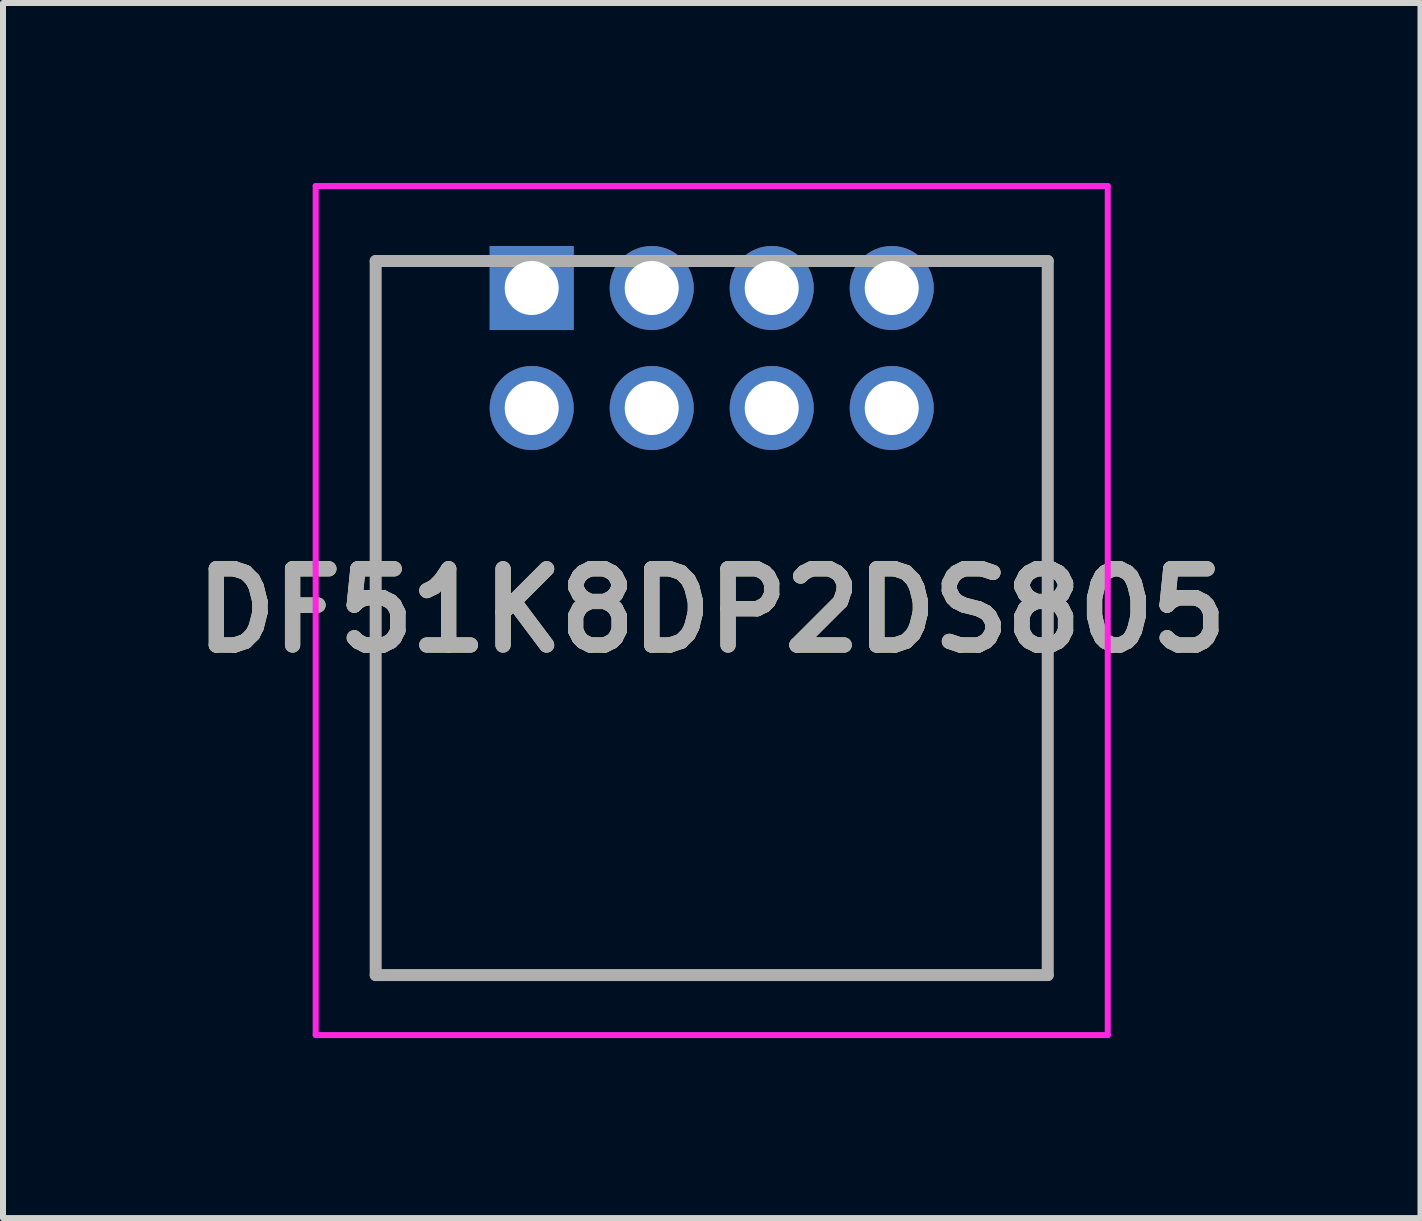
<source format=kicad_pcb>
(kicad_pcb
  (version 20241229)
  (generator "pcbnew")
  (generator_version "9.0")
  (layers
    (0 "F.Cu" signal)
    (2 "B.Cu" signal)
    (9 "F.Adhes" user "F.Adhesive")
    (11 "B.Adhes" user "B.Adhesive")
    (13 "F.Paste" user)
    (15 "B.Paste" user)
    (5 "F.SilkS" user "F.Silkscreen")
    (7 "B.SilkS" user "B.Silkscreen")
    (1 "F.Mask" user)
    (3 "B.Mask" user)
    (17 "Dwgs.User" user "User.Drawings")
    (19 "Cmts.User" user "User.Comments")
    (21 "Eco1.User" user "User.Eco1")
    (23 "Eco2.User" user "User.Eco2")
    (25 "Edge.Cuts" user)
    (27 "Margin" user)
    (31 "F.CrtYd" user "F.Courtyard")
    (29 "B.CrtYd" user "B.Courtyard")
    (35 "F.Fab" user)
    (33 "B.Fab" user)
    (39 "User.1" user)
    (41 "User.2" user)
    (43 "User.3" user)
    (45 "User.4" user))
  (footprint "DF51K8DP2DS805"
    (layer "F.Cu")
    (at 5.811 1.75)
    (property "Reference" "DF51K8DP2DS805" (at 3 5.375 0) (layer "F.SilkS") (effects (font (size 1.27 1.27) (thickness 0.254))))
    (attr through_hole)
    (fp_line (start -2.6 -0.45) (end -2.6 -0.45) (stroke (width 0.1) (type solid)) (layer "F.SilkS"))
    (fp_line (start -2.6 -0.45) (end -2.6 -0.45) (stroke (width 0.1) (type solid)) (layer "F.SilkS"))
    (fp_line (start -2.6 -0.45) (end -2.6 11.45) (stroke (width 0.1) (type solid)) (layer "F.SilkS"))
    (fp_line (start -2.6 -0.45) (end -1.5 -0.45) (stroke (width 0.1) (type solid)) (layer "F.SilkS"))
    (fp_line (start -2.6 11.45) (end -2.6 -0.45) (stroke (width 0.1) (type solid)) (layer "F.SilkS"))
    (fp_line (start -2.6 11.45) (end -2.6 11.45) (stroke (width 0.1) (type solid)) (layer "F.SilkS"))
    (fp_line (start -2.6 11.45) (end -2.6 11.45) (stroke (width 0.1) (type solid)) (layer "F.SilkS"))
    (fp_line (start -2.6 11.45) (end 8.6 11.45) (stroke (width 0.1) (type solid)) (layer "F.SilkS"))
    (fp_line (start -1.5 -0.45) (end -2.6 -0.45) (stroke (width 0.1) (type solid)) (layer "F.SilkS"))
    (fp_line (start -1.5 -0.45) (end -1.5 -0.45) (stroke (width 0.1) (type solid)) (layer "F.SilkS"))
    (fp_line (start 7.5 -0.45) (end 7.5 -0.45) (stroke (width 0.1) (type solid)) (layer "F.SilkS"))
    (fp_line (start 7.5 -0.45) (end 8.6 -0.45) (stroke (width 0.1) (type solid)) (layer "F.SilkS"))
    (fp_line (start 8.6 -0.45) (end 7.5 -0.45) (stroke (width 0.1) (type solid)) (layer "F.SilkS"))
    (fp_line (start 8.6 -0.45) (end 8.6 -0.45) (stroke (width 0.1) (type solid)) (layer "F.SilkS"))
    (fp_line (start 8.6 -0.45) (end 8.6 -0.45) (stroke (width 0.1) (type solid)) (layer "F.SilkS"))
    (fp_line (start 8.6 -0.45) (end 8.6 11.45) (stroke (width 0.1) (type solid)) (layer "F.SilkS"))
    (fp_line (start 8.6 11.45) (end -2.6 11.45) (stroke (width 0.1) (type solid)) (layer "F.SilkS"))
    (fp_line (start 8.6 11.45) (end 8.6 -0.45) (stroke (width 0.1) (type solid)) (layer "F.SilkS"))
    (fp_line (start 8.6 11.45) (end 8.6 11.45) (stroke (width 0.1) (type solid)) (layer "F.SilkS"))
    (fp_line (start 8.6 11.45) (end 8.6 11.45) (stroke (width 0.1) (type solid)) (layer "F.SilkS"))
    (fp_line (start -3.6 -1.7) (end 9.6 -1.7) (stroke (width 0.1) (type solid)) (layer "F.CrtYd"))
    (fp_line (start -3.6 12.45) (end -3.6 -1.7) (stroke (width 0.1) (type solid)) (layer "F.CrtYd"))
    (fp_line (start 9.6 -1.7) (end 9.6 12.45) (stroke (width 0.1) (type solid)) (layer "F.CrtYd"))
    (fp_line (start 9.6 12.45) (end -3.6 12.45) (stroke (width 0.1) (type solid)) (layer "F.CrtYd"))
    (fp_line (start -2.6 -0.45) (end -2.6 11.45) (stroke (width 0.2) (type solid)) (layer "F.Fab"))
    (fp_line (start -2.6 11.45) (end 8.6 11.45) (stroke (width 0.2) (type solid)) (layer "F.Fab"))
    (fp_line (start 8.6 -0.45) (end -2.6 -0.45) (stroke (width 0.2) (type solid)) (layer "F.Fab"))
    (fp_line (start 8.6 11.45) (end 8.6 -0.45) (stroke (width 0.2) (type solid)) (layer "F.Fab"))
    (fp_text user "${REFERENCE}" (at 3 5.375 0) (layer "F.Fab") (effects (font (size 1.27 1.27) (thickness 0.254))))
    (pad "1" thru_hole rect (at 0 0) (size 1.4 1.4) (drill 0.9) (layers "*.Cu" "*.Mask"))
    (pad "2" thru_hole circle (at 0 2) (size 1.4 1.4) (drill 0.9) (layers "*.Cu" "*.Mask"))
    (pad "3" thru_hole circle (at 2 0) (size 1.4 1.4) (drill 0.9) (layers "*.Cu" "*.Mask"))
    (pad "4" thru_hole circle (at 2 2) (size 1.4 1.4) (drill 0.9) (layers "*.Cu" "*.Mask"))
    (pad "5" thru_hole circle (at 4 0) (size 1.4 1.4) (drill 0.9) (layers "*.Cu" "*.Mask"))
    (pad "6" thru_hole circle (at 4 2) (size 1.4 1.4) (drill 0.9) (layers "*.Cu" "*.Mask"))
    (pad "7" thru_hole circle (at 6 0) (size 1.4 1.4) (drill 0.9) (layers "*.Cu" "*.Mask"))
    (pad "8" thru_hole circle (at 6 2) (size 1.4 1.4) (drill 0.9) (layers "*.Cu" "*.Mask")))
  (gr_rect
    (start -3 -3)
    (end 20.623 17.25)
    (stroke (width 0.1) (type default))
    (fill no)
    (layer "Edge.Cuts")))
</source>
